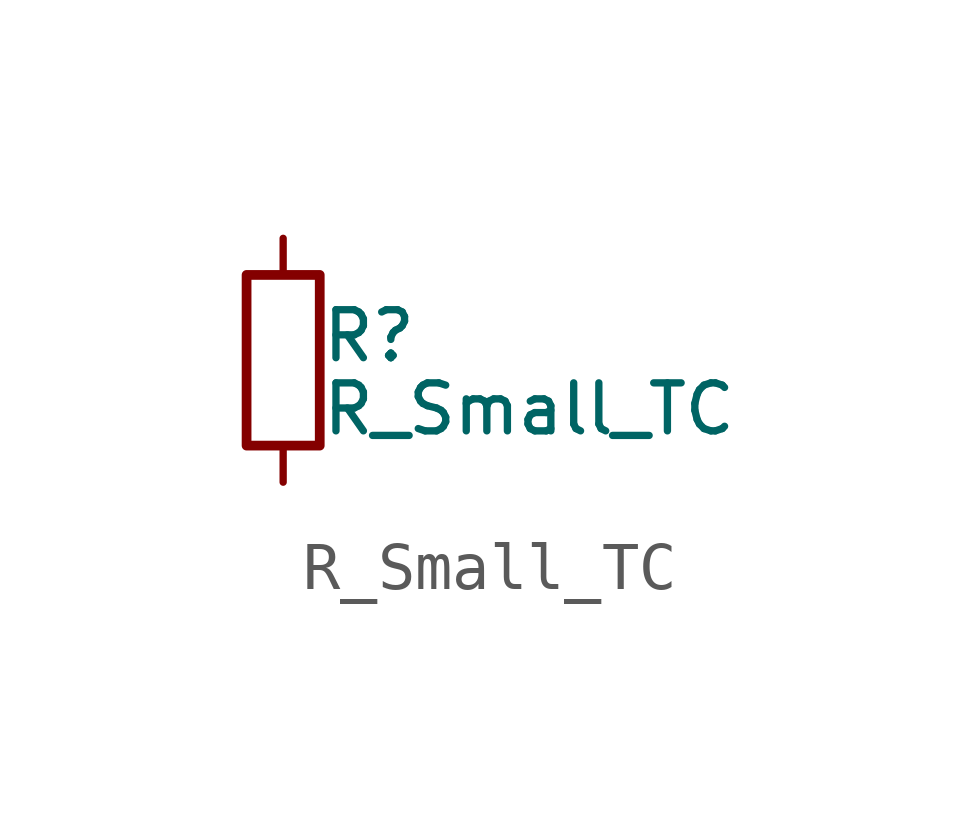
<source format=kicad_sym>
(kicad_symbol_lib
  (version 20231120)
  (generator "kicad_symbol_editor")
  (generator_version "8.0")
  (symbol "R_Small_TC"
    (pin_numbers hide)
    (pin_names
      (offset 0.254) hide)
    (property "Reference" "R"
      (at 0.762 0.508 0)
      (effects (font (size 1 1)) (justify left)))
    (property "Value" "R_Small_TC"
      (at 0.762 -1.016 0)
      (effects (font (size 1 1)) (justify left)))
    (symbol "R_Small_TC_0_1"
      (rectangle (start -0.762 1.778) (end 0.762 -1.778) (stroke (width 0.203) (type default)) (fill (type none))))
    (symbol "R_Small_TC_1_1"
      (pin passive line (at 0 2.54 270) (length 0.762) (name "~" (effects (font (size 1.27 1.27)))) (number "1" (effects (font (size 1.27 1.27)))))
      (pin passive line (at 0 -2.54 90) (length 0.762) (name "~" (effects (font (size 1.27 1.27)))) (number "2" (effects (font (size 1.27 1.27))))))))
</source>
